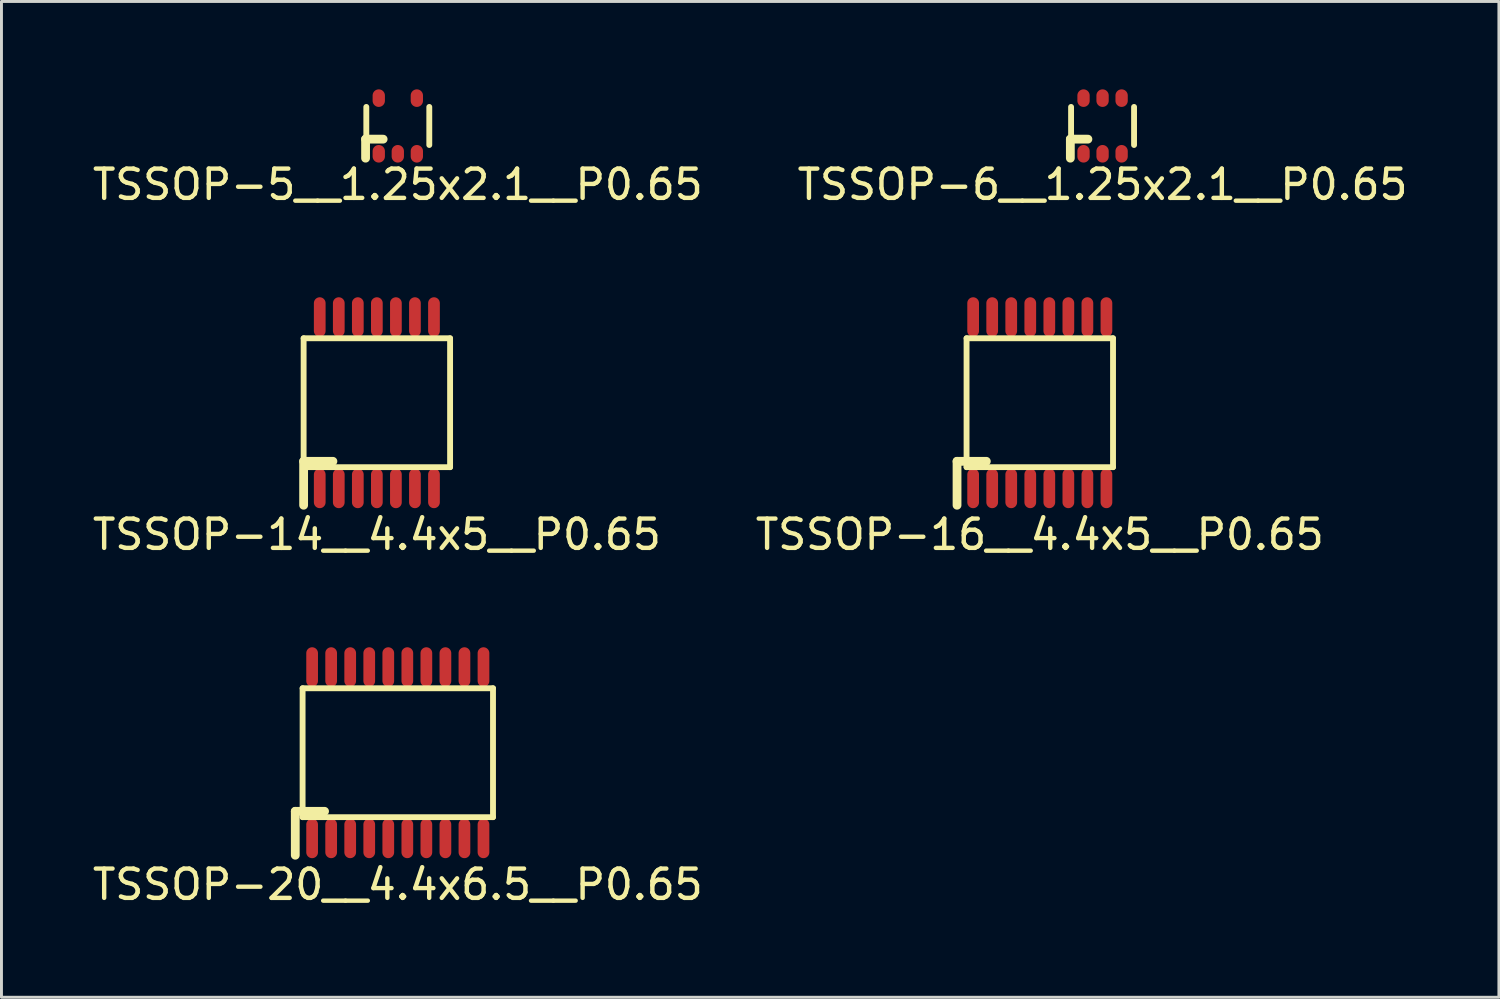
<source format=kicad_pcb>
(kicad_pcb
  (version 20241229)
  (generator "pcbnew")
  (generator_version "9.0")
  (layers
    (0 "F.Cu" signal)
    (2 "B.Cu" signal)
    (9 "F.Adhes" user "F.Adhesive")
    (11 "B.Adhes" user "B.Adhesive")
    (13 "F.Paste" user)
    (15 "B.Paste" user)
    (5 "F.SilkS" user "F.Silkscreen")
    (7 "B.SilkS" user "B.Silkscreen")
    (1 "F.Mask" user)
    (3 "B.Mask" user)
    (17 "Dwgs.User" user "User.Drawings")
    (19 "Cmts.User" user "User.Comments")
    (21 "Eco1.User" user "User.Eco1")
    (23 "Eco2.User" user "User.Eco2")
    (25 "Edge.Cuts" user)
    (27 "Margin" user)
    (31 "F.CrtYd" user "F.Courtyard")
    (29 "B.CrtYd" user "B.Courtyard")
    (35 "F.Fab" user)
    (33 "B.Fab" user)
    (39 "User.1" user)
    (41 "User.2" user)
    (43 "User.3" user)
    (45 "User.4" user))
  (footprint "TSSOP-16__4.4x5__P0.65"
    (layer "F.Cu")
    (at 32.446 10.698)
    (property "Reference" "TSSOP-16__4.4x5__P0.65" (at 0 4.5 0) (layer "F.SilkS") (effects (font (size 1 1) (thickness 0.15))))
    (attr smd)
    (fp_line (start -2.825 2) (end -1.825 2) (stroke (width 0.3) (type solid)) (layer "F.SilkS"))
    (fp_line (start -2.825 3.5) (end -2.825 2) (stroke (width 0.3) (type solid)) (layer "F.SilkS"))
    (fp_line (start -2.5 2.2) (end -2.5 -2.2) (stroke (width 0.2) (type solid)) (layer "F.SilkS"))
    (fp_line (start -2.5 2.2) (end 2.5 2.2) (stroke (width 0.2) (type solid)) (layer "F.SilkS"))
    (fp_line (start 2.5 -2.2) (end -2.5 -2.2) (stroke (width 0.2) (type solid)) (layer "F.SilkS"))
    (fp_line (start 2.5 2.2) (end 2.5 -2.2) (stroke (width 0.2) (type solid)) (layer "F.SilkS"))
    (pad "1" smd oval (at -2.275 2.925) (size 0.4 1.35) (layers "F.Cu" "F.Mask" "F.Paste"))
    (pad "2" smd oval (at -1.625 2.925) (size 0.4 1.35) (layers "F.Cu" "F.Mask" "F.Paste"))
    (pad "3" smd oval (at -0.975 2.925) (size 0.4 1.35) (layers "F.Cu" "F.Mask" "F.Paste"))
    (pad "4" smd oval (at -0.325 2.925) (size 0.4 1.35) (layers "F.Cu" "F.Mask" "F.Paste"))
    (pad "5" smd oval (at 0.325 2.925) (size 0.4 1.35) (layers "F.Cu" "F.Mask" "F.Paste"))
    (pad "6" smd oval (at 0.975 2.925) (size 0.4 1.35) (layers "F.Cu" "F.Mask" "F.Paste"))
    (pad "7" smd oval (at 1.625 2.925) (size 0.4 1.35) (layers "F.Cu" "F.Mask" "F.Paste"))
    (pad "8" smd oval (at 2.275 2.925) (size 0.4 1.35) (layers "F.Cu" "F.Mask" "F.Paste"))
    (pad "9" smd oval (at 2.275 -2.925) (size 0.4 1.35) (layers "F.Cu" "F.Mask" "F.Paste"))
    (pad "10" smd oval (at 1.625 -2.925) (size 0.4 1.35) (layers "F.Cu" "F.Mask" "F.Paste"))
    (pad "11" smd oval (at 0.975 -2.925) (size 0.4 1.35) (layers "F.Cu" "F.Mask" "F.Paste"))
    (pad "12" smd oval (at 0.325 -2.925) (size 0.4 1.35) (layers "F.Cu" "F.Mask" "F.Paste"))
    (pad "13" smd oval (at -0.325 -2.925) (size 0.4 1.35) (layers "F.Cu" "F.Mask" "F.Paste"))
    (pad "14" smd oval (at -0.975 -2.925) (size 0.4 1.35) (layers "F.Cu" "F.Mask" "F.Paste"))
    (pad "15" smd oval (at -1.625 -2.925) (size 0.4 1.35) (layers "F.Cu" "F.Mask" "F.Paste"))
    (pad "16" smd oval (at -2.275 -2.925) (size 0.4 1.35) (layers "F.Cu" "F.Mask" "F.Paste")))
  (footprint "TSSOP-14__4.4x5__P0.65"
    (layer "F.Cu")
    (at 9.815 10.698)
    (property "Reference" "TSSOP-14__4.4x5__P0.65" (at 0 4.5 0) (layer "F.SilkS") (effects (font (size 1 1) (thickness 0.15))))
    (attr smd)
    (fp_line (start -2.5 2) (end -1.5 2) (stroke (width 0.3) (type solid)) (layer "F.SilkS"))
    (fp_line (start -2.5 2.2) (end -2.5 -2.2) (stroke (width 0.2) (type solid)) (layer "F.SilkS"))
    (fp_line (start -2.5 2.2) (end 2.5 2.2) (stroke (width 0.2) (type solid)) (layer "F.SilkS"))
    (fp_line (start -2.5 3.5) (end -2.5 2) (stroke (width 0.3) (type solid)) (layer "F.SilkS"))
    (fp_line (start 2.5 -2.2) (end -2.5 -2.2) (stroke (width 0.2) (type solid)) (layer "F.SilkS"))
    (fp_line (start 2.5 2.2) (end 2.5 -2.2) (stroke (width 0.2) (type solid)) (layer "F.SilkS"))
    (pad "1" smd oval (at -1.95 2.925) (size 0.4 1.35) (layers "F.Cu" "F.Mask" "F.Paste"))
    (pad "2" smd oval (at -1.3 2.925) (size 0.4 1.35) (layers "F.Cu" "F.Mask" "F.Paste"))
    (pad "3" smd oval (at -0.65 2.925) (size 0.4 1.35) (layers "F.Cu" "F.Mask" "F.Paste"))
    (pad "4" smd oval (at 0 2.925) (size 0.4 1.35) (layers "F.Cu" "F.Mask" "F.Paste"))
    (pad "5" smd oval (at 0.65 2.925) (size 0.4 1.35) (layers "F.Cu" "F.Mask" "F.Paste"))
    (pad "6" smd oval (at 1.3 2.925) (size 0.4 1.35) (layers "F.Cu" "F.Mask" "F.Paste"))
    (pad "7" smd oval (at 1.95 2.925) (size 0.4 1.35) (layers "F.Cu" "F.Mask" "F.Paste"))
    (pad "8" smd oval (at 1.95 -2.925) (size 0.4 1.35) (layers "F.Cu" "F.Mask" "F.Paste"))
    (pad "9" smd oval (at 1.3 -2.925) (size 0.4 1.35) (layers "F.Cu" "F.Mask" "F.Paste"))
    (pad "10" smd oval (at 0.65 -2.925) (size 0.4 1.35) (layers "F.Cu" "F.Mask" "F.Paste"))
    (pad "11" smd oval (at 0 -2.925) (size 0.4 1.35) (layers "F.Cu" "F.Mask" "F.Paste"))
    (pad "12" smd oval (at -0.65 -2.925) (size 0.4 1.35) (layers "F.Cu" "F.Mask" "F.Paste"))
    (pad "13" smd oval (at -1.3 -2.925) (size 0.4 1.35) (layers "F.Cu" "F.Mask" "F.Paste"))
    (pad "14" smd oval (at -1.95 -2.925) (size 0.4 1.35) (layers "F.Cu" "F.Mask" "F.Paste")))
  (footprint "TSSOP-6__1.25x2.1__P0.65"
    (layer "F.Cu")
    (at 34.589 1.25)
    (property "Reference" "TSSOP-6__1.25x2.1__P0.65" (at 0 2 0) (layer "F.SilkS") (effects (font (size 1 1) (thickness 0.15))))
    (attr smd)
    (fp_line (start -1.1 0.45) (end -1.1 1.1) (stroke (width 0.3) (type solid)) (layer "F.SilkS"))
    (fp_line (start -1.1 0.45) (end -0.5 0.45) (stroke (width 0.3) (type solid)) (layer "F.SilkS"))
    (fp_line (start -1.075 -0.65) (end -1.075 0.65) (stroke (width 0.2) (type solid)) (layer "F.SilkS"))
    (fp_line (start 1.075 0.65) (end 1.075 -0.65) (stroke (width 0.2) (type solid)) (layer "F.SilkS"))
    (pad "1" smd oval (at -0.65 0.95) (size 0.42 0.6) (layers "F.Cu" "F.Mask" "F.Paste"))
    (pad "2" smd oval (at 0 0.95) (size 0.42 0.6) (layers "F.Cu" "F.Mask" "F.Paste"))
    (pad "3" smd oval (at 0.65 0.95) (size 0.42 0.6) (layers "F.Cu" "F.Mask" "F.Paste"))
    (pad "4" smd oval (at 0.65 -0.95) (size 0.42 0.6) (layers "F.Cu" "F.Mask" "F.Paste"))
    (pad "5" smd oval (at 0 -0.95) (size 0.42 0.6) (layers "F.Cu" "F.Mask" "F.Paste"))
    (pad "6" smd oval (at -0.65 -0.95) (size 0.42 0.6) (layers "F.Cu" "F.Mask" "F.Paste")))
  (footprint "TSSOP-20__4.4x6.5__P0.65"
    (layer "F.Cu")
    (at 10.53 22.646)
    (property "Reference" "TSSOP-20__4.4x6.5__P0.65" (at 0 4.5 0) (layer "F.SilkS") (effects (font (size 1 1) (thickness 0.15))))
    (attr smd)
    (fp_line (start -3.5 2) (end -2.5 2) (stroke (width 0.3) (type solid)) (layer "F.SilkS"))
    (fp_line (start -3.5 3.5) (end -3.5 2) (stroke (width 0.3) (type solid)) (layer "F.SilkS"))
    (fp_line (start -3.25 2.2) (end -3.25 -2.2) (stroke (width 0.2) (type solid)) (layer "F.SilkS"))
    (fp_line (start -3.25 2.2) (end 3.25 2.2) (stroke (width 0.2) (type solid)) (layer "F.SilkS"))
    (fp_line (start 3.25 -2.2) (end -3.25 -2.2) (stroke (width 0.2) (type solid)) (layer "F.SilkS"))
    (fp_line (start 3.25 2.2) (end 3.25 -2.2) (stroke (width 0.2) (type solid)) (layer "F.SilkS"))
    (pad "1" smd oval (at -2.925 2.925) (size 0.4 1.35) (layers "F.Cu" "F.Mask" "F.Paste"))
    (pad "2" smd oval (at -2.275 2.925) (size 0.4 1.35) (layers "F.Cu" "F.Mask" "F.Paste"))
    (pad "3" smd oval (at -1.625 2.925) (size 0.4 1.35) (layers "F.Cu" "F.Mask" "F.Paste"))
    (pad "4" smd oval (at -0.975 2.925) (size 0.4 1.35) (layers "F.Cu" "F.Mask" "F.Paste"))
    (pad "5" smd oval (at -0.325 2.925) (size 0.4 1.35) (layers "F.Cu" "F.Mask" "F.Paste"))
    (pad "6" smd oval (at 0.325 2.925) (size 0.4 1.35) (layers "F.Cu" "F.Mask" "F.Paste"))
    (pad "7" smd oval (at 0.975 2.925) (size 0.4 1.35) (layers "F.Cu" "F.Mask" "F.Paste"))
    (pad "8" smd oval (at 1.625 2.925) (size 0.4 1.35) (layers "F.Cu" "F.Mask" "F.Paste"))
    (pad "9" smd oval (at 2.275 2.925) (size 0.4 1.35) (layers "F.Cu" "F.Mask" "F.Paste"))
    (pad "10" smd oval (at 2.925 2.925) (size 0.4 1.35) (layers "F.Cu" "F.Mask" "F.Paste"))
    (pad "11" smd oval (at 2.925 -2.925) (size 0.4 1.35) (layers "F.Cu" "F.Mask" "F.Paste"))
    (pad "12" smd oval (at 2.275 -2.925) (size 0.4 1.35) (layers "F.Cu" "F.Mask" "F.Paste"))
    (pad "13" smd oval (at 1.625 -2.925) (size 0.4 1.35) (layers "F.Cu" "F.Mask" "F.Paste"))
    (pad "14" smd oval (at 0.975 -2.925) (size 0.4 1.35) (layers "F.Cu" "F.Mask" "F.Paste"))
    (pad "15" smd oval (at 0.325 -2.925) (size 0.4 1.35) (layers "F.Cu" "F.Mask" "F.Paste"))
    (pad "16" smd oval (at -0.325 -2.925) (size 0.4 1.35) (layers "F.Cu" "F.Mask" "F.Paste"))
    (pad "17" smd oval (at -0.975 -2.925) (size 0.4 1.35) (layers "F.Cu" "F.Mask" "F.Paste"))
    (pad "18" smd oval (at -1.625 -2.925) (size 0.4 1.35) (layers "F.Cu" "F.Mask" "F.Paste"))
    (pad "19" smd oval (at -2.275 -2.925) (size 0.4 1.35) (layers "F.Cu" "F.Mask" "F.Paste"))
    (pad "20" smd oval (at -2.925 -2.925) (size 0.4 1.35) (layers "F.Cu" "F.Mask" "F.Paste")))
  (footprint "TSSOP-5__1.25x2.1__P0.65"
    (layer "F.Cu")
    (at 10.53 1.25)
    (property "Reference" "TSSOP-5__1.25x2.1__P0.65" (at 0 2 0) (layer "F.SilkS") (effects (font (size 1 1) (thickness 0.15))))
    (attr smd)
    (fp_line (start -1.1 0.45) (end -1.1 1.1) (stroke (width 0.3) (type solid)) (layer "F.SilkS"))
    (fp_line (start -1.1 0.45) (end -0.5 0.45) (stroke (width 0.3) (type solid)) (layer "F.SilkS"))
    (fp_line (start -1.075 -0.65) (end -1.075 0.65) (stroke (width 0.2) (type solid)) (layer "F.SilkS"))
    (fp_line (start 1.075 0.65) (end 1.075 -0.65) (stroke (width 0.2) (type solid)) (layer "F.SilkS"))
    (pad "1" smd oval (at -0.65 0.95) (size 0.42 0.6) (layers "F.Cu" "F.Mask" "F.Paste"))
    (pad "2" smd oval (at 0 0.95) (size 0.42 0.6) (layers "F.Cu" "F.Mask" "F.Paste"))
    (pad "3" smd oval (at 0.65 0.95) (size 0.42 0.6) (layers "F.Cu" "F.Mask" "F.Paste"))
    (pad "4" smd oval (at 0.65 -0.95) (size 0.42 0.6) (layers "F.Cu" "F.Mask" "F.Paste"))
    (pad "5" smd oval (at -0.65 -0.95) (size 0.42 0.6) (layers "F.Cu" "F.Mask" "F.Paste")))
  (gr_rect
    (start -3 -3)
    (end 48.119 30.995)
    (stroke (width 0.1) (type default))
    (fill no)
    (layer "Edge.Cuts")))
</source>
